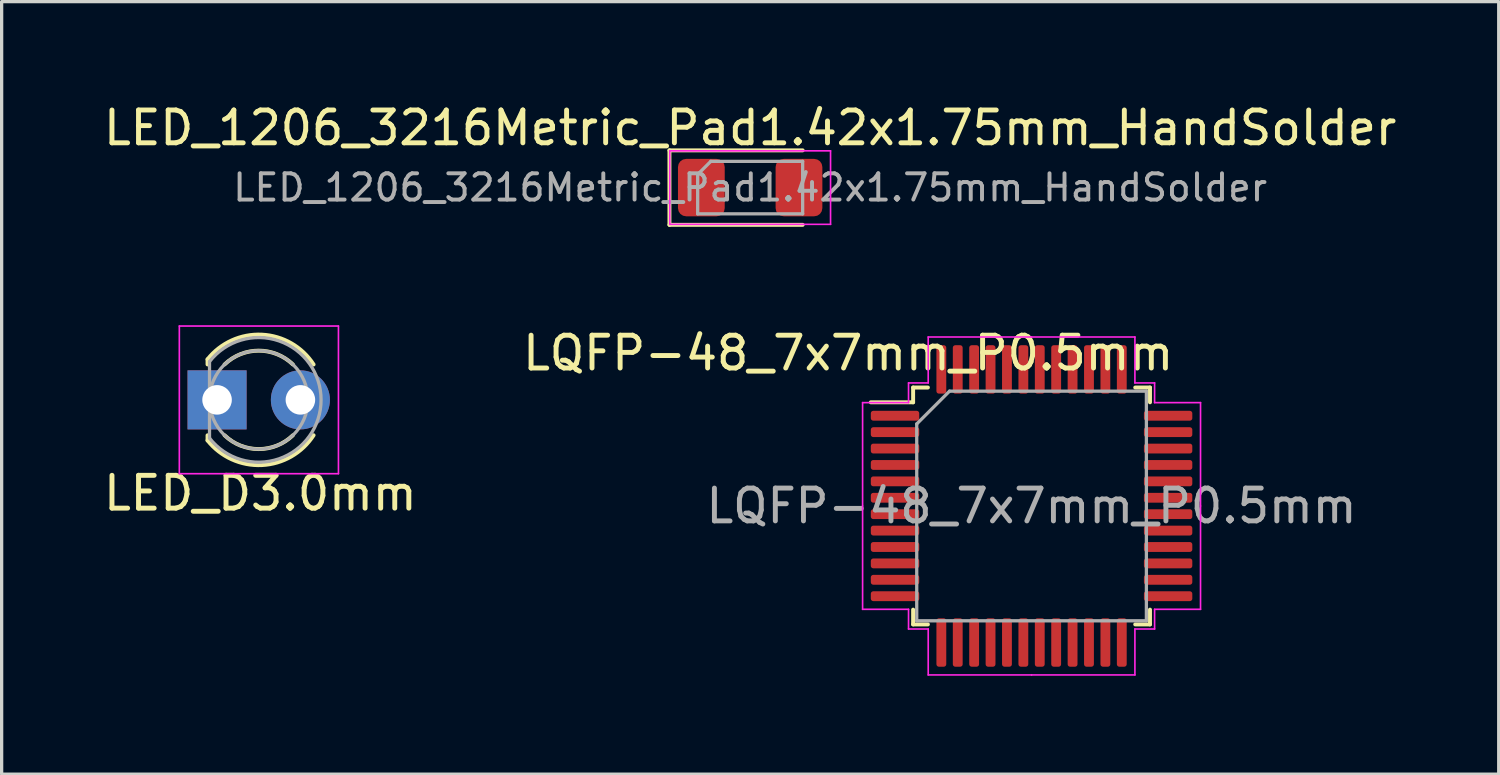
<source format=kicad_pcb>
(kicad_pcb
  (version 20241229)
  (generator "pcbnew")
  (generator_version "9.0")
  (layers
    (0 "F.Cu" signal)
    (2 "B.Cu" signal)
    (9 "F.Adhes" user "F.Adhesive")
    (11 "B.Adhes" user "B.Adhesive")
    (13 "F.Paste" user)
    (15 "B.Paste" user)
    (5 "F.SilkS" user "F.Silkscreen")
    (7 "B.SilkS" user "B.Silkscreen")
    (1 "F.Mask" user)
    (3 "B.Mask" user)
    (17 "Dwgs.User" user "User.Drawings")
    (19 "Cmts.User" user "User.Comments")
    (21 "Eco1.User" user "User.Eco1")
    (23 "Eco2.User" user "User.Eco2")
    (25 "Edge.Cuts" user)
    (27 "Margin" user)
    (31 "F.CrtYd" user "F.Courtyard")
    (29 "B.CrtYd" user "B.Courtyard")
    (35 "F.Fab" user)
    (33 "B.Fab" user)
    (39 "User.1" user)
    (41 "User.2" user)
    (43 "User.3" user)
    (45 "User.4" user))
  (footprint "LED_D3.0mm"
    (layer "F.Cu")
    (at 3.566 9.138)
    (property "Reference" "LED_D3.0mm" (at 1.321 2.845 180) (layer "F.SilkS") (effects (font (size 1 1) (thickness 0.15))))
    (attr through_hole)
    (fp_line (start -0.29 -1.236) (end -0.29 -1.08) (stroke (width 0.12) (type solid)) (layer "F.SilkS"))
    (fp_line (start -0.29 1.08) (end -0.29 1.236) (stroke (width 0.12) (type solid)) (layer "F.SilkS"))
    (fp_arc (start -0.29 -1.235516) (mid 1.366487 -1.987659) (end 2.942335 -1.078608) (stroke (width 0.12) (type solid)) (layer "F.SilkS"))
    (fp_arc (start 0.229039 -1.08) (mid 1.270117 -1.5) (end 2.31113 -1.079837) (stroke (width 0.12) (type solid)) (layer "F.SilkS"))
    (fp_arc (start 2.31113 1.079837) (mid 1.270117 1.5) (end 0.229039 1.08) (stroke (width 0.12) (type solid)) (layer "F.SilkS"))
    (fp_arc (start 2.942335 1.078608) (mid 1.366487 1.987659) (end -0.29 1.235516) (stroke (width 0.12) (type solid)) (layer "F.SilkS"))
    (fp_line (start -1.15 -2.25) (end -1.15 2.25) (stroke (width 0.05) (type solid)) (layer "F.CrtYd"))
    (fp_line (start -1.15 2.25) (end 3.7 2.25) (stroke (width 0.05) (type solid)) (layer "F.CrtYd"))
    (fp_line (start 3.7 -2.25) (end -1.15 -2.25) (stroke (width 0.05) (type solid)) (layer "F.CrtYd"))
    (fp_line (start 3.7 2.25) (end 3.7 -2.25) (stroke (width 0.05) (type solid)) (layer "F.CrtYd"))
    (fp_line (start -0.23 -1.166) (end -0.23 1.166) (stroke (width 0.1) (type solid)) (layer "F.Fab"))
    (fp_arc (start -0.23 -1.16619) (mid 3.17 0.000452) (end -0.230555 1.165476) (stroke (width 0.1) (type solid)) (layer "F.Fab"))
    (fp_circle (center 1.27 0) (end 2.77 0) (stroke (width 0.1) (type solid)) (fill no) (layer "F.Fab"))
    (pad "1" thru_hole rect (at 0 0 180) (size 1.8 1.8) (drill 0.9) (layers "*.Cu" "*.Mask"))
    (pad "2" thru_hole circle (at 2.54 0 180) (size 1.8 1.8) (drill 0.9) (layers "*.Cu" "*.Mask")))
  (footprint "LED_1206_3216Metric_Pad1.42x1.75mm_HandSolder"
    (layer "F.Cu")
    (at 19.815 2.668)
    (property "Reference" "LED_1206_3216Metric_Pad1.42x1.75mm_HandSolder" (at 0 -1.82 0) (layer "F.SilkS") (effects (font (size 1 1) (thickness 0.15))))
    (attr smd)
    (fp_line (start -2.46 -1.135) (end -2.46 1.135) (stroke (width 0.12) (type solid)) (layer "F.SilkS"))
    (fp_line (start -2.46 1.135) (end 1.6 1.135) (stroke (width 0.12) (type solid)) (layer "F.SilkS"))
    (fp_line (start 1.6 -1.135) (end -2.46 -1.135) (stroke (width 0.12) (type solid)) (layer "F.SilkS"))
    (fp_line (start -2.45 -1.12) (end 2.45 -1.12) (stroke (width 0.05) (type solid)) (layer "F.CrtYd"))
    (fp_line (start -2.45 1.12) (end -2.45 -1.12) (stroke (width 0.05) (type solid)) (layer "F.CrtYd"))
    (fp_line (start 2.45 -1.12) (end 2.45 1.12) (stroke (width 0.05) (type solid)) (layer "F.CrtYd"))
    (fp_line (start 2.45 1.12) (end -2.45 1.12) (stroke (width 0.05) (type solid)) (layer "F.CrtYd"))
    (fp_line (start -1.6 -0.4) (end -1.6 0.8) (stroke (width 0.1) (type solid)) (layer "F.Fab"))
    (fp_line (start -1.6 0.8) (end 1.6 0.8) (stroke (width 0.1) (type solid)) (layer "F.Fab"))
    (fp_line (start -1.2 -0.8) (end -1.6 -0.4) (stroke (width 0.1) (type solid)) (layer "F.Fab"))
    (fp_line (start 1.6 -0.8) (end -1.2 -0.8) (stroke (width 0.1) (type solid)) (layer "F.Fab"))
    (fp_line (start 1.6 0.8) (end 1.6 -0.8) (stroke (width 0.1) (type solid)) (layer "F.Fab"))
    (fp_text user "${REFERENCE}" (at 0 0 0) (layer "F.Fab") (effects (font (size 0.8 0.8) (thickness 0.12))))
    (pad "1" smd roundrect (at -1.488 0) (size 1.425 1.75) (layers "F.Cu" "F.Mask" "F.Paste") (roundrect_rratio 0.175))
    (pad "2" smd roundrect (at 1.488 0) (size 1.425 1.75) (layers "F.Cu" "F.Mask" "F.Paste") (roundrect_rratio 0.175)))
  (footprint "LQFP-48_7x7mm_P0.5mm"
    (layer "F.Cu")
    (at 28.392 12.372)
    (property "Reference" "LQFP-48_7x7mm_P0.5mm" (at -5.588 -4.66 0) (layer "F.SilkS") (effects (font (size 1 1) (thickness 0.15))))
    (attr smd)
    (fp_line (start -3.61 -3.61) (end -3.61 -3.16) (stroke (width 0.12) (type solid)) (layer "F.SilkS"))
    (fp_line (start -3.61 -3.16) (end -4.9 -3.16) (stroke (width 0.12) (type solid)) (layer "F.SilkS"))
    (fp_line (start -3.61 3.61) (end -3.61 3.16) (stroke (width 0.12) (type solid)) (layer "F.SilkS"))
    (fp_line (start -3.16 -3.61) (end -3.61 -3.61) (stroke (width 0.12) (type solid)) (layer "F.SilkS"))
    (fp_line (start -3.16 3.61) (end -3.61 3.61) (stroke (width 0.12) (type solid)) (layer "F.SilkS"))
    (fp_line (start 3.16 -3.61) (end 3.61 -3.61) (stroke (width 0.12) (type solid)) (layer "F.SilkS"))
    (fp_line (start 3.16 3.61) (end 3.61 3.61) (stroke (width 0.12) (type solid)) (layer "F.SilkS"))
    (fp_line (start 3.61 -3.61) (end 3.61 -3.16) (stroke (width 0.12) (type solid)) (layer "F.SilkS"))
    (fp_line (start 3.61 3.61) (end 3.61 3.16) (stroke (width 0.12) (type solid)) (layer "F.SilkS"))
    (fp_line (start -5.15 -3.15) (end -5.15 0) (stroke (width 0.05) (type solid)) (layer "F.CrtYd"))
    (fp_line (start -5.15 3.15) (end -5.15 0) (stroke (width 0.05) (type solid)) (layer "F.CrtYd"))
    (fp_line (start -3.75 -3.75) (end -3.75 -3.15) (stroke (width 0.05) (type solid)) (layer "F.CrtYd"))
    (fp_line (start -3.75 -3.15) (end -5.15 -3.15) (stroke (width 0.05) (type solid)) (layer "F.CrtYd"))
    (fp_line (start -3.75 3.15) (end -5.15 3.15) (stroke (width 0.05) (type solid)) (layer "F.CrtYd"))
    (fp_line (start -3.75 3.75) (end -3.75 3.15) (stroke (width 0.05) (type solid)) (layer "F.CrtYd"))
    (fp_line (start -3.15 -5.15) (end -3.15 -3.75) (stroke (width 0.05) (type solid)) (layer "F.CrtYd"))
    (fp_line (start -3.15 -3.75) (end -3.75 -3.75) (stroke (width 0.05) (type solid)) (layer "F.CrtYd"))
    (fp_line (start -3.15 3.75) (end -3.75 3.75) (stroke (width 0.05) (type solid)) (layer "F.CrtYd"))
    (fp_line (start -3.15 5.15) (end -3.15 3.75) (stroke (width 0.05) (type solid)) (layer "F.CrtYd"))
    (fp_line (start 0 -5.15) (end -3.15 -5.15) (stroke (width 0.05) (type solid)) (layer "F.CrtYd"))
    (fp_line (start 0 -5.15) (end 3.15 -5.15) (stroke (width 0.05) (type solid)) (layer "F.CrtYd"))
    (fp_line (start 0 5.15) (end -3.15 5.15) (stroke (width 0.05) (type solid)) (layer "F.CrtYd"))
    (fp_line (start 0 5.15) (end 3.15 5.15) (stroke (width 0.05) (type solid)) (layer "F.CrtYd"))
    (fp_line (start 3.15 -5.15) (end 3.15 -3.75) (stroke (width 0.05) (type solid)) (layer "F.CrtYd"))
    (fp_line (start 3.15 -3.75) (end 3.75 -3.75) (stroke (width 0.05) (type solid)) (layer "F.CrtYd"))
    (fp_line (start 3.15 3.75) (end 3.75 3.75) (stroke (width 0.05) (type solid)) (layer "F.CrtYd"))
    (fp_line (start 3.15 5.15) (end 3.15 3.75) (stroke (width 0.05) (type solid)) (layer "F.CrtYd"))
    (fp_line (start 3.75 -3.75) (end 3.75 -3.15) (stroke (width 0.05) (type solid)) (layer "F.CrtYd"))
    (fp_line (start 3.75 -3.15) (end 5.15 -3.15) (stroke (width 0.05) (type solid)) (layer "F.CrtYd"))
    (fp_line (start 3.75 3.15) (end 5.15 3.15) (stroke (width 0.05) (type solid)) (layer "F.CrtYd"))
    (fp_line (start 3.75 3.75) (end 3.75 3.15) (stroke (width 0.05) (type solid)) (layer "F.CrtYd"))
    (fp_line (start 5.15 -3.15) (end 5.15 0) (stroke (width 0.05) (type solid)) (layer "F.CrtYd"))
    (fp_line (start 5.15 3.15) (end 5.15 0) (stroke (width 0.05) (type solid)) (layer "F.CrtYd"))
    (fp_line (start -3.5 -2.5) (end -2.5 -3.5) (stroke (width 0.1) (type solid)) (layer "F.Fab"))
    (fp_line (start -3.5 3.5) (end -3.5 -2.5) (stroke (width 0.1) (type solid)) (layer "F.Fab"))
    (fp_line (start -2.5 -3.5) (end 3.5 -3.5) (stroke (width 0.1) (type solid)) (layer "F.Fab"))
    (fp_line (start 3.5 -3.5) (end 3.5 3.5) (stroke (width 0.1) (type solid)) (layer "F.Fab"))
    (fp_line (start 3.5 3.5) (end -3.5 3.5) (stroke (width 0.1) (type solid)) (layer "F.Fab"))
    (fp_text user "${REFERENCE}" (at 0 0 0) (layer "F.Fab") (effects (font (size 1 1) (thickness 0.15))))
    (pad "1" smd roundrect (at -4.162 -2.75) (size 1.475 0.3) (layers "F.Cu" "F.Mask" "F.Paste") (roundrect_rratio 0.25))
    (pad "2" smd roundrect (at -4.162 -2.25) (size 1.475 0.3) (layers "F.Cu" "F.Mask" "F.Paste") (roundrect_rratio 0.25))
    (pad "3" smd roundrect (at -4.162 -1.75) (size 1.475 0.3) (layers "F.Cu" "F.Mask" "F.Paste") (roundrect_rratio 0.25))
    (pad "4" smd roundrect (at -4.162 -1.25) (size 1.475 0.3) (layers "F.Cu" "F.Mask" "F.Paste") (roundrect_rratio 0.25))
    (pad "5" smd roundrect (at -4.162 -0.75) (size 1.475 0.3) (layers "F.Cu" "F.Mask" "F.Paste") (roundrect_rratio 0.25))
    (pad "6" smd roundrect (at -4.162 -0.25) (size 1.475 0.3) (layers "F.Cu" "F.Mask" "F.Paste") (roundrect_rratio 0.25))
    (pad "7" smd roundrect (at -4.162 0.25) (size 1.475 0.3) (layers "F.Cu" "F.Mask" "F.Paste") (roundrect_rratio 0.25))
    (pad "8" smd roundrect (at -4.162 0.75) (size 1.475 0.3) (layers "F.Cu" "F.Mask" "F.Paste") (roundrect_rratio 0.25))
    (pad "9" smd roundrect (at -4.162 1.25) (size 1.475 0.3) (layers "F.Cu" "F.Mask" "F.Paste") (roundrect_rratio 0.25))
    (pad "10" smd roundrect (at -4.162 1.75) (size 1.475 0.3) (layers "F.Cu" "F.Mask" "F.Paste") (roundrect_rratio 0.25))
    (pad "11" smd roundrect (at -4.162 2.25) (size 1.475 0.3) (layers "F.Cu" "F.Mask" "F.Paste") (roundrect_rratio 0.25))
    (pad "12" smd roundrect (at -4.162 2.75) (size 1.475 0.3) (layers "F.Cu" "F.Mask" "F.Paste") (roundrect_rratio 0.25))
    (pad "13" smd roundrect (at -2.75 4.162) (size 0.3 1.475) (layers "F.Cu" "F.Mask" "F.Paste") (roundrect_rratio 0.25))
    (pad "14" smd roundrect (at -2.25 4.162) (size 0.3 1.475) (layers "F.Cu" "F.Mask" "F.Paste") (roundrect_rratio 0.25))
    (pad "15" smd roundrect (at -1.75 4.162) (size 0.3 1.475) (layers "F.Cu" "F.Mask" "F.Paste") (roundrect_rratio 0.25))
    (pad "16" smd roundrect (at -1.25 4.162) (size 0.3 1.475) (layers "F.Cu" "F.Mask" "F.Paste") (roundrect_rratio 0.25))
    (pad "17" smd roundrect (at -0.75 4.162) (size 0.3 1.475) (layers "F.Cu" "F.Mask" "F.Paste") (roundrect_rratio 0.25))
    (pad "18" smd roundrect (at -0.25 4.162) (size 0.3 1.475) (layers "F.Cu" "F.Mask" "F.Paste") (roundrect_rratio 0.25))
    (pad "19" smd roundrect (at 0.25 4.162) (size 0.3 1.475) (layers "F.Cu" "F.Mask" "F.Paste") (roundrect_rratio 0.25))
    (pad "20" smd roundrect (at 0.75 4.162) (size 0.3 1.475) (layers "F.Cu" "F.Mask" "F.Paste") (roundrect_rratio 0.25))
    (pad "21" smd roundrect (at 1.25 4.162) (size 0.3 1.475) (layers "F.Cu" "F.Mask" "F.Paste") (roundrect_rratio 0.25))
    (pad "22" smd roundrect (at 1.75 4.162) (size 0.3 1.475) (layers "F.Cu" "F.Mask" "F.Paste") (roundrect_rratio 0.25))
    (pad "23" smd roundrect (at 2.25 4.162) (size 0.3 1.475) (layers "F.Cu" "F.Mask" "F.Paste") (roundrect_rratio 0.25))
    (pad "24" smd roundrect (at 2.75 4.162) (size 0.3 1.475) (layers "F.Cu" "F.Mask" "F.Paste") (roundrect_rratio 0.25))
    (pad "25" smd roundrect (at 4.162 2.75) (size 1.475 0.3) (layers "F.Cu" "F.Mask" "F.Paste") (roundrect_rratio 0.25))
    (pad "26" smd roundrect (at 4.162 2.25) (size 1.475 0.3) (layers "F.Cu" "F.Mask" "F.Paste") (roundrect_rratio 0.25))
    (pad "27" smd roundrect (at 4.162 1.75) (size 1.475 0.3) (layers "F.Cu" "F.Mask" "F.Paste") (roundrect_rratio 0.25))
    (pad "28" smd roundrect (at 4.162 1.25) (size 1.475 0.3) (layers "F.Cu" "F.Mask" "F.Paste") (roundrect_rratio 0.25))
    (pad "29" smd roundrect (at 4.162 0.75) (size 1.475 0.3) (layers "F.Cu" "F.Mask" "F.Paste") (roundrect_rratio 0.25))
    (pad "30" smd roundrect (at 4.162 0.25) (size 1.475 0.3) (layers "F.Cu" "F.Mask" "F.Paste") (roundrect_rratio 0.25))
    (pad "31" smd roundrect (at 4.162 -0.25) (size 1.475 0.3) (layers "F.Cu" "F.Mask" "F.Paste") (roundrect_rratio 0.25))
    (pad "32" smd roundrect (at 4.162 -0.75) (size 1.475 0.3) (layers "F.Cu" "F.Mask" "F.Paste") (roundrect_rratio 0.25))
    (pad "33" smd roundrect (at 4.162 -1.25) (size 1.475 0.3) (layers "F.Cu" "F.Mask" "F.Paste") (roundrect_rratio 0.25))
    (pad "34" smd roundrect (at 4.162 -1.75) (size 1.475 0.3) (layers "F.Cu" "F.Mask" "F.Paste") (roundrect_rratio 0.25))
    (pad "35" smd roundrect (at 4.162 -2.25) (size 1.475 0.3) (layers "F.Cu" "F.Mask" "F.Paste") (roundrect_rratio 0.25))
    (pad "36" smd roundrect (at 4.162 -2.75) (size 1.475 0.3) (layers "F.Cu" "F.Mask" "F.Paste") (roundrect_rratio 0.25))
    (pad "37" smd roundrect (at 2.75 -4.162) (size 0.3 1.475) (layers "F.Cu" "F.Mask" "F.Paste") (roundrect_rratio 0.25))
    (pad "38" smd roundrect (at 2.25 -4.162) (size 0.3 1.475) (layers "F.Cu" "F.Mask" "F.Paste") (roundrect_rratio 0.25))
    (pad "39" smd roundrect (at 1.75 -4.162) (size 0.3 1.475) (layers "F.Cu" "F.Mask" "F.Paste") (roundrect_rratio 0.25))
    (pad "40" smd roundrect (at 1.25 -4.162) (size 0.3 1.475) (layers "F.Cu" "F.Mask" "F.Paste") (roundrect_rratio 0.25))
    (pad "41" smd roundrect (at 0.75 -4.162) (size 0.3 1.475) (layers "F.Cu" "F.Mask" "F.Paste") (roundrect_rratio 0.25))
    (pad "42" smd roundrect (at 0.25 -4.162) (size 0.3 1.475) (layers "F.Cu" "F.Mask" "F.Paste") (roundrect_rratio 0.25))
    (pad "43" smd roundrect (at -0.25 -4.162) (size 0.3 1.475) (layers "F.Cu" "F.Mask" "F.Paste") (roundrect_rratio 0.25))
    (pad "44" smd roundrect (at -0.75 -4.162) (size 0.3 1.475) (layers "F.Cu" "F.Mask" "F.Paste") (roundrect_rratio 0.25))
    (pad "45" smd roundrect (at -1.25 -4.162) (size 0.3 1.475) (layers "F.Cu" "F.Mask" "F.Paste") (roundrect_rratio 0.25))
    (pad "46" smd roundrect (at -1.75 -4.162) (size 0.3 1.475) (layers "F.Cu" "F.Mask" "F.Paste") (roundrect_rratio 0.25))
    (pad "47" smd roundrect (at -2.25 -4.162) (size 0.3 1.475) (layers "F.Cu" "F.Mask" "F.Paste") (roundrect_rratio 0.25))
    (pad "48" smd roundrect (at -2.75 -4.162) (size 0.3 1.475) (layers "F.Cu" "F.Mask" "F.Paste") (roundrect_rratio 0.25)))
  (gr_rect
    (start -3 -3)
    (end 42.631 20.547)
    (stroke (width 0.1) (type default))
    (fill no)
    (layer "Edge.Cuts")))
</source>
